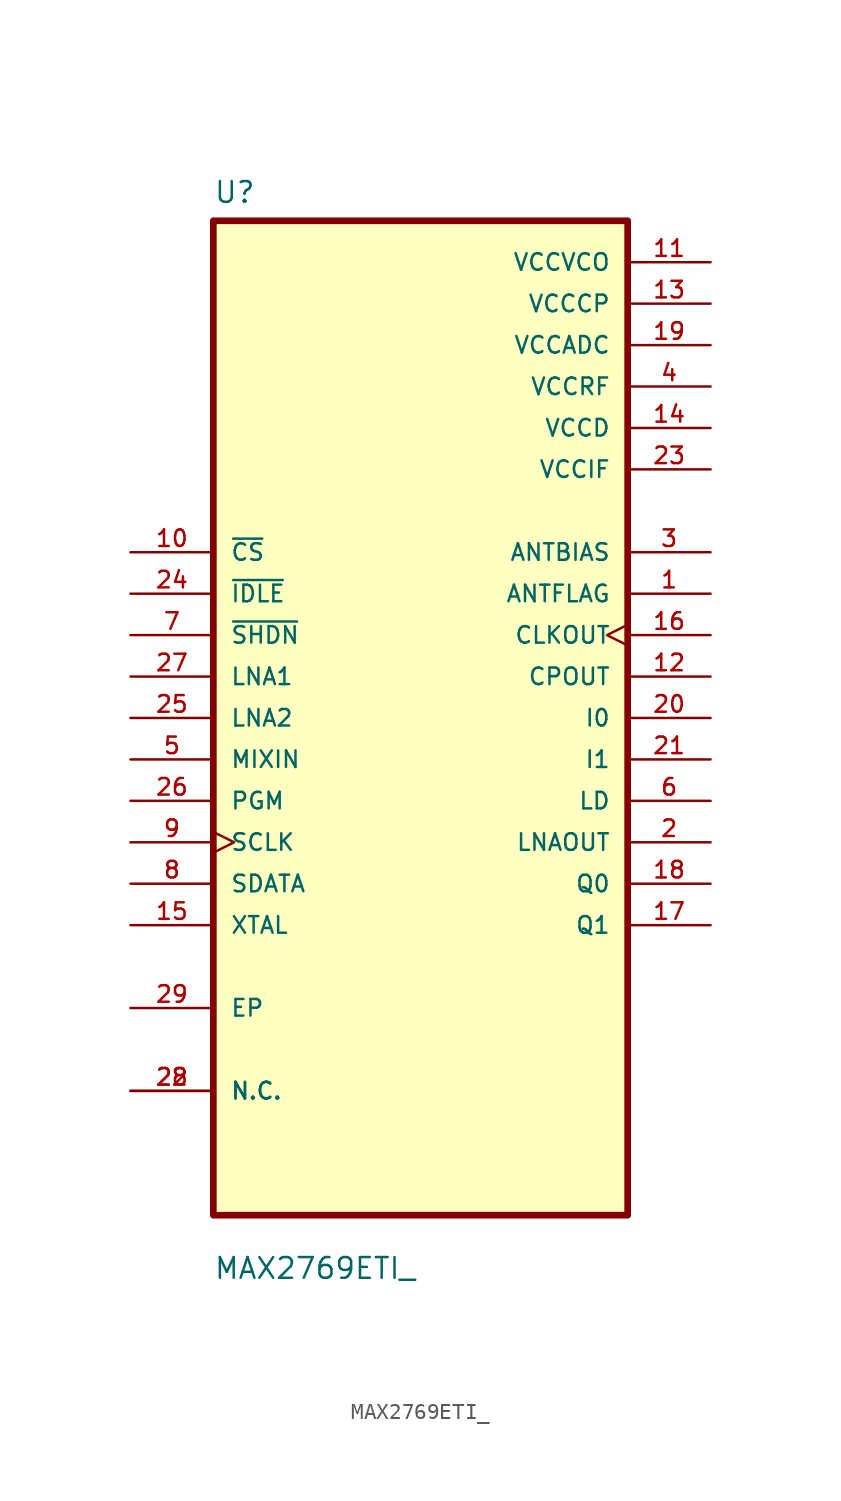
<source format=kicad_sym>
(kicad_symbol_lib
  (version 20211014)
  (generator kicad_symbol_editor)
  (symbol "MAX2769ETI_"
    (pin_names
      (offset 1.016))
    (property "Reference" "U"
      (at -12.7 31.48 0.0)
      (effects (font (size 1.27 1.27)) (justify bottom left)))
    (property "Value" "MAX2769ETI_"
      (at -12.7 -34.48 0.0)
      (effects (font (size 1.27 1.27)) (justify bottom left)))
    (symbol "MAX2769ETI__0_0"
      (rectangle (start -12.7 -30.48) (end 12.7 30.48) (stroke (width 0.41)) (fill (type background)))
      (pin input line (at -17.78 10.16 0) (length 5.08) (name "~{CS}" (effects (font (size 1.016 1.016)))) (number "10" (effects (font (size 1.016 1.016)))))
      (pin input line (at -17.78 7.62 0) (length 5.08) (name "~{IDLE}" (effects (font (size 1.016 1.016)))) (number "24" (effects (font (size 1.016 1.016)))))
      (pin input line (at -17.78 5.08 0) (length 5.08) (name "~{SHDN}" (effects (font (size 1.016 1.016)))) (number "7" (effects (font (size 1.016 1.016)))))
      (pin input line (at -17.78 2.54 0) (length 5.08) (name "LNA1" (effects (font (size 1.016 1.016)))) (number "27" (effects (font (size 1.016 1.016)))))
      (pin input line (at -17.78 -1.77636e-15 0) (length 5.08) (name "LNA2" (effects (font (size 1.016 1.016)))) (number "25" (effects (font (size 1.016 1.016)))))
      (pin input line (at -17.78 -2.54 0) (length 5.08) (name "MIXIN" (effects (font (size 1.016 1.016)))) (number "5" (effects (font (size 1.016 1.016)))))
      (pin input line (at -17.78 -5.08 0) (length 5.08) (name "PGM" (effects (font (size 1.016 1.016)))) (number "26" (effects (font (size 1.016 1.016)))))
      (pin input clock (at -17.78 -7.62 0) (length 5.08) (name "SCLK" (effects (font (size 1.016 1.016)))) (number "9" (effects (font (size 1.016 1.016)))))
      (pin input line (at -17.78 -10.16 0) (length 5.08) (name "SDATA" (effects (font (size 1.016 1.016)))) (number "8" (effects (font (size 1.016 1.016)))))
      (pin input line (at -17.78 -12.7 0) (length 5.08) (name "XTAL" (effects (font (size 1.016 1.016)))) (number "15" (effects (font (size 1.016 1.016)))))
      (pin bidirectional line (at -17.78 -17.78 0) (length 5.08) (name "EP" (effects (font (size 1.016 1.016)))) (number "29" (effects (font (size 1.016 1.016)))))
      (pin bidirectional line (at -17.78 -22.86 0) (length 5.08) (name "N.C." (effects (font (size 1.016 1.016)))) (number "22" (effects (font (size 1.016 1.016)))))
      (pin bidirectional line (at -17.78 -22.86 0) (length 5.08) (name "N.C." (effects (font (size 1.016 1.016)))) (number "28" (effects (font (size 1.016 1.016)))))
      (pin power_in line (at 17.78 27.94 180.0) (length 5.08) (name "VCCVCO" (effects (font (size 1.016 1.016)))) (number "11" (effects (font (size 1.016 1.016)))))
      (pin power_in line (at 17.78 25.4 180.0) (length 5.08) (name "VCCCP" (effects (font (size 1.016 1.016)))) (number "13" (effects (font (size 1.016 1.016)))))
      (pin power_in line (at 17.78 22.86 180.0) (length 5.08) (name "VCCADC" (effects (font (size 1.016 1.016)))) (number "19" (effects (font (size 1.016 1.016)))))
      (pin power_in line (at 17.78 20.32 180.0) (length 5.08) (name "VCCRF" (effects (font (size 1.016 1.016)))) (number "4" (effects (font (size 1.016 1.016)))))
      (pin power_in line (at 17.78 17.78 180.0) (length 5.08) (name "VCCD" (effects (font (size 1.016 1.016)))) (number "14" (effects (font (size 1.016 1.016)))))
      (pin power_in line (at 17.78 15.24 180.0) (length 5.08) (name "VCCIF" (effects (font (size 1.016 1.016)))) (number "23" (effects (font (size 1.016 1.016)))))
      (pin output line (at 17.78 10.16 180.0) (length 5.08) (name "ANTBIAS" (effects (font (size 1.016 1.016)))) (number "3" (effects (font (size 1.016 1.016)))))
      (pin output line (at 17.78 7.62 180.0) (length 5.08) (name "ANTFLAG" (effects (font (size 1.016 1.016)))) (number "1" (effects (font (size 1.016 1.016)))))
      (pin output clock (at 17.78 5.08 180.0) (length 5.08) (name "CLKOUT" (effects (font (size 1.016 1.016)))) (number "16" (effects (font (size 1.016 1.016)))))
      (pin output line (at 17.78 2.54 180.0) (length 5.08) (name "CPOUT" (effects (font (size 1.016 1.016)))) (number "12" (effects (font (size 1.016 1.016)))))
      (pin output line (at 17.78 5.32907e-15 180.0) (length 5.08) (name "I0" (effects (font (size 1.016 1.016)))) (number "20" (effects (font (size 1.016 1.016)))))
      (pin output line (at 17.78 -2.54 180.0) (length 5.08) (name "I1" (effects (font (size 1.016 1.016)))) (number "21" (effects (font (size 1.016 1.016)))))
      (pin output line (at 17.78 -5.08 180.0) (length 5.08) (name "LD" (effects (font (size 1.016 1.016)))) (number "6" (effects (font (size 1.016 1.016)))))
      (pin output line (at 17.78 -7.62 180.0) (length 5.08) (name "LNAOUT" (effects (font (size 1.016 1.016)))) (number "2" (effects (font (size 1.016 1.016)))))
      (pin output line (at 17.78 -10.16 180.0) (length 5.08) (name "Q0" (effects (font (size 1.016 1.016)))) (number "18" (effects (font (size 1.016 1.016)))))
      (pin output line (at 17.78 -12.7 180.0) (length 5.08) (name "Q1" (effects (font (size 1.016 1.016)))) (number "17" (effects (font (size 1.016 1.016))))))))
</source>
